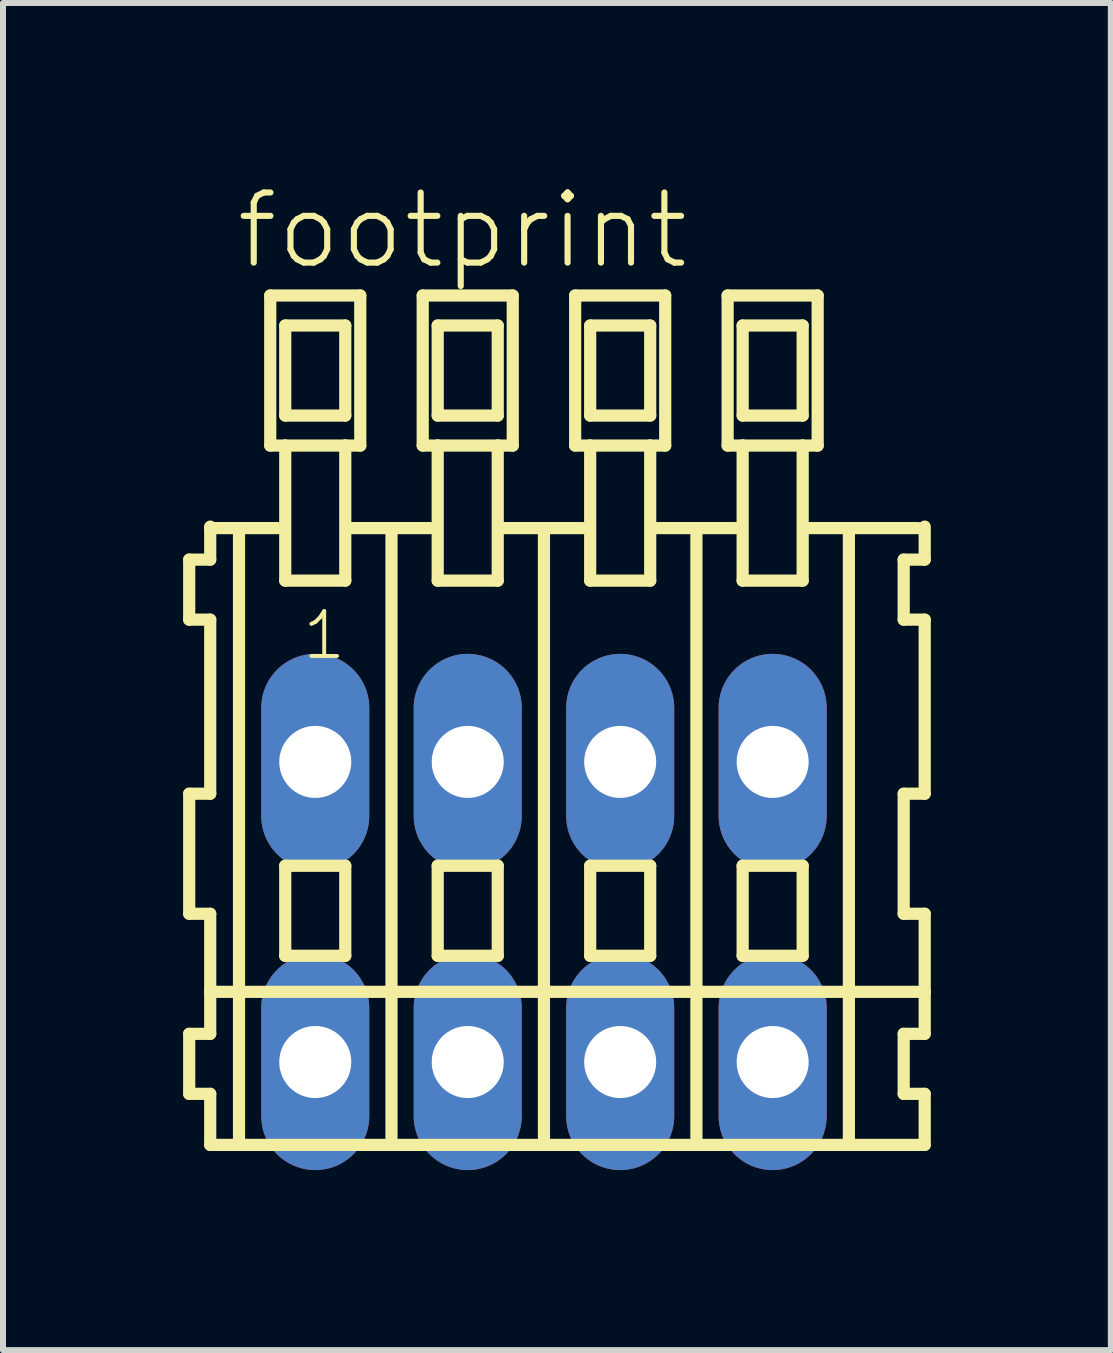
<source format=kicad_pcb>
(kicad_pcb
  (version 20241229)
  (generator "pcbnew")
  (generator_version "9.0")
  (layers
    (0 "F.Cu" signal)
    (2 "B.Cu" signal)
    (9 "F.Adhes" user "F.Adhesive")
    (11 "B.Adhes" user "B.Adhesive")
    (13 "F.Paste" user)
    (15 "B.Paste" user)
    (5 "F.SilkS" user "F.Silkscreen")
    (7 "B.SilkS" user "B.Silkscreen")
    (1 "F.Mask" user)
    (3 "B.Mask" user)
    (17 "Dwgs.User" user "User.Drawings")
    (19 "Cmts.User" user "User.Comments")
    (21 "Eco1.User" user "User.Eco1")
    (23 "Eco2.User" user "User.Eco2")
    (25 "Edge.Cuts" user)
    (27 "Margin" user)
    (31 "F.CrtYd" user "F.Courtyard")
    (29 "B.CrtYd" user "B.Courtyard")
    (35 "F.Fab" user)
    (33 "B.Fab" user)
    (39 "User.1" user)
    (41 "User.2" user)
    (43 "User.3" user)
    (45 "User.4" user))
  (footprint "footprint"
    (layer "F.Cu")
    (at 6.012 12.143)
    (property "Reference" "footprint" (at -5.18 -10.67 0) (layer "F.SilkS") (effects (font (size 1.168 1.168) (thickness 0.102)) (justify left bottom)))
    (fp_line (start -5.91 -5.87) (end -5.91 -4.87) (stroke (width 0.203) (type solid)) (layer "F.SilkS"))
    (fp_line (start -5.91 -4.87) (end -5.56 -4.87) (stroke (width 0.203) (type solid)) (layer "F.SilkS"))
    (fp_line (start -5.91 -1.97) (end -5.91 0.03) (stroke (width 0.203) (type solid)) (layer "F.SilkS"))
    (fp_line (start -5.91 0.03) (end -5.56 0.03) (stroke (width 0.203) (type solid)) (layer "F.SilkS"))
    (fp_line (start -5.91 2.03) (end -5.91 3.03) (stroke (width 0.203) (type solid)) (layer "F.SilkS"))
    (fp_line (start -5.91 3.03) (end -5.56 3.03) (stroke (width 0.203) (type solid)) (layer "F.SilkS"))
    (fp_line (start -5.56 -6.42) (end -5.56 -6.395) (stroke (width 0.203) (type solid)) (layer "F.SilkS"))
    (fp_line (start -5.56 -6.395) (end -5.56 -5.87) (stroke (width 0.203) (type solid)) (layer "F.SilkS"))
    (fp_line (start -5.56 -6.395) (end -4.435 -6.395) (stroke (width 0.203) (type solid)) (layer "F.SilkS"))
    (fp_line (start -5.56 -5.87) (end -5.91 -5.87) (stroke (width 0.203) (type solid)) (layer "F.SilkS"))
    (fp_line (start -5.56 -4.87) (end -5.56 -1.97) (stroke (width 0.203) (type solid)) (layer "F.SilkS"))
    (fp_line (start -5.56 -1.97) (end -5.91 -1.97) (stroke (width 0.203) (type solid)) (layer "F.SilkS"))
    (fp_line (start -5.56 0.03) (end -5.56 1.33) (stroke (width 0.203) (type solid)) (layer "F.SilkS"))
    (fp_line (start -5.56 1.33) (end -5.56 2.03) (stroke (width 0.203) (type solid)) (layer "F.SilkS"))
    (fp_line (start -5.56 1.33) (end 6.343 1.33) (stroke (width 0.203) (type solid)) (layer "F.SilkS"))
    (fp_line (start -5.56 2.03) (end -5.91 2.03) (stroke (width 0.203) (type solid)) (layer "F.SilkS"))
    (fp_line (start -5.56 3.03) (end -5.56 3.88) (stroke (width 0.203) (type solid)) (layer "F.SilkS"))
    (fp_line (start -5.56 3.88) (end 6.343 3.88) (stroke (width 0.203) (type solid)) (layer "F.SilkS"))
    (fp_line (start -5.08 3.83) (end -5.08 -6.33) (stroke (width 0.203) (type solid)) (layer "F.SilkS"))
    (fp_line (start -4.56 -10.27) (end -4.56 -7.77) (stroke (width 0.203) (type solid)) (layer "F.SilkS"))
    (fp_line (start -4.56 -7.77) (end -4.31 -7.77) (stroke (width 0.203) (type solid)) (layer "F.SilkS"))
    (fp_line (start -4.31 -9.77) (end -4.31 -8.27) (stroke (width 0.203) (type solid)) (layer "F.SilkS"))
    (fp_line (start -4.31 -8.27) (end -3.31 -8.27) (stroke (width 0.203) (type solid)) (layer "F.SilkS"))
    (fp_line (start -4.31 -7.77) (end -4.31 -5.52) (stroke (width 0.203) (type solid)) (layer "F.SilkS"))
    (fp_line (start -4.31 -7.77) (end -3.31 -7.77) (stroke (width 0.203) (type solid)) (layer "F.SilkS"))
    (fp_line (start -4.31 -5.52) (end -3.31 -5.52) (stroke (width 0.203) (type solid)) (layer "F.SilkS"))
    (fp_line (start -4.31 -0.77) (end -4.31 0.73) (stroke (width 0.203) (type solid)) (layer "F.SilkS"))
    (fp_line (start -4.31 0.73) (end -3.31 0.73) (stroke (width 0.203) (type solid)) (layer "F.SilkS"))
    (fp_line (start -3.31 -9.77) (end -4.31 -9.77) (stroke (width 0.203) (type solid)) (layer "F.SilkS"))
    (fp_line (start -3.31 -8.27) (end -3.31 -9.77) (stroke (width 0.203) (type solid)) (layer "F.SilkS"))
    (fp_line (start -3.31 -7.77) (end -3.06 -7.77) (stroke (width 0.203) (type solid)) (layer "F.SilkS"))
    (fp_line (start -3.31 -5.52) (end -3.31 -7.77) (stroke (width 0.203) (type solid)) (layer "F.SilkS"))
    (fp_line (start -3.31 -0.77) (end -4.31 -0.77) (stroke (width 0.203) (type solid)) (layer "F.SilkS"))
    (fp_line (start -3.31 0.73) (end -3.31 -0.77) (stroke (width 0.203) (type solid)) (layer "F.SilkS"))
    (fp_line (start -3.274 -6.395) (end -1.895 -6.395) (stroke (width 0.203) (type solid)) (layer "F.SilkS"))
    (fp_line (start -3.06 -10.27) (end -4.56 -10.27) (stroke (width 0.203) (type solid)) (layer "F.SilkS"))
    (fp_line (start -3.06 -7.77) (end -3.06 -10.27) (stroke (width 0.203) (type solid)) (layer "F.SilkS"))
    (fp_line (start -2.54 3.83) (end -2.54 -6.33) (stroke (width 0.203) (type solid)) (layer "F.SilkS"))
    (fp_line (start -2.02 -10.27) (end -2.02 -7.77) (stroke (width 0.203) (type solid)) (layer "F.SilkS"))
    (fp_line (start -2.02 -7.77) (end -1.77 -7.77) (stroke (width 0.203) (type solid)) (layer "F.SilkS"))
    (fp_line (start -1.77 -9.77) (end -1.77 -8.27) (stroke (width 0.203) (type solid)) (layer "F.SilkS"))
    (fp_line (start -1.77 -8.27) (end -0.77 -8.27) (stroke (width 0.203) (type solid)) (layer "F.SilkS"))
    (fp_line (start -1.77 -7.77) (end -1.77 -5.52) (stroke (width 0.203) (type solid)) (layer "F.SilkS"))
    (fp_line (start -1.77 -7.77) (end -0.77 -7.77) (stroke (width 0.203) (type solid)) (layer "F.SilkS"))
    (fp_line (start -1.77 -5.52) (end -0.77 -5.52) (stroke (width 0.203) (type solid)) (layer "F.SilkS"))
    (fp_line (start -1.77 -0.77) (end -1.77 0.73) (stroke (width 0.203) (type solid)) (layer "F.SilkS"))
    (fp_line (start -1.77 0.73) (end -0.77 0.73) (stroke (width 0.203) (type solid)) (layer "F.SilkS"))
    (fp_line (start -0.77 -9.77) (end -1.77 -9.77) (stroke (width 0.203) (type solid)) (layer "F.SilkS"))
    (fp_line (start -0.77 -8.27) (end -0.77 -9.77) (stroke (width 0.203) (type solid)) (layer "F.SilkS"))
    (fp_line (start -0.77 -7.77) (end -0.52 -7.77) (stroke (width 0.203) (type solid)) (layer "F.SilkS"))
    (fp_line (start -0.77 -5.52) (end -0.77 -7.77) (stroke (width 0.203) (type solid)) (layer "F.SilkS"))
    (fp_line (start -0.77 -0.77) (end -1.77 -0.77) (stroke (width 0.203) (type solid)) (layer "F.SilkS"))
    (fp_line (start -0.77 0.73) (end -0.77 -0.77) (stroke (width 0.203) (type solid)) (layer "F.SilkS"))
    (fp_line (start -0.734 -6.395) (end 0.645 -6.395) (stroke (width 0.203) (type solid)) (layer "F.SilkS"))
    (fp_line (start -0.52 -10.27) (end -2.02 -10.27) (stroke (width 0.203) (type solid)) (layer "F.SilkS"))
    (fp_line (start -0.52 -7.77) (end -0.52 -10.27) (stroke (width 0.203) (type solid)) (layer "F.SilkS"))
    (fp_line (start 0 3.83) (end 0 -6.33) (stroke (width 0.203) (type solid)) (layer "F.SilkS"))
    (fp_line (start 0.52 -10.27) (end 0.52 -7.77) (stroke (width 0.203) (type solid)) (layer "F.SilkS"))
    (fp_line (start 0.52 -7.77) (end 0.77 -7.77) (stroke (width 0.203) (type solid)) (layer "F.SilkS"))
    (fp_line (start 0.77 -9.77) (end 0.77 -8.27) (stroke (width 0.203) (type solid)) (layer "F.SilkS"))
    (fp_line (start 0.77 -8.27) (end 1.77 -8.27) (stroke (width 0.203) (type solid)) (layer "F.SilkS"))
    (fp_line (start 0.77 -7.77) (end 0.77 -5.52) (stroke (width 0.203) (type solid)) (layer "F.SilkS"))
    (fp_line (start 0.77 -7.77) (end 1.77 -7.77) (stroke (width 0.203) (type solid)) (layer "F.SilkS"))
    (fp_line (start 0.77 -5.52) (end 1.77 -5.52) (stroke (width 0.203) (type solid)) (layer "F.SilkS"))
    (fp_line (start 0.77 -0.77) (end 0.77 0.73) (stroke (width 0.203) (type solid)) (layer "F.SilkS"))
    (fp_line (start 0.77 0.73) (end 1.77 0.73) (stroke (width 0.203) (type solid)) (layer "F.SilkS"))
    (fp_line (start 1.77 -9.77) (end 0.77 -9.77) (stroke (width 0.203) (type solid)) (layer "F.SilkS"))
    (fp_line (start 1.77 -8.27) (end 1.77 -9.77) (stroke (width 0.203) (type solid)) (layer "F.SilkS"))
    (fp_line (start 1.77 -7.77) (end 2.02 -7.77) (stroke (width 0.203) (type solid)) (layer "F.SilkS"))
    (fp_line (start 1.77 -5.52) (end 1.77 -7.77) (stroke (width 0.203) (type solid)) (layer "F.SilkS"))
    (fp_line (start 1.77 -0.77) (end 0.77 -0.77) (stroke (width 0.203) (type solid)) (layer "F.SilkS"))
    (fp_line (start 1.77 0.73) (end 1.77 -0.77) (stroke (width 0.203) (type solid)) (layer "F.SilkS"))
    (fp_line (start 1.806 -6.395) (end 3.185 -6.395) (stroke (width 0.203) (type solid)) (layer "F.SilkS"))
    (fp_line (start 2.02 -10.27) (end 0.52 -10.27) (stroke (width 0.203) (type solid)) (layer "F.SilkS"))
    (fp_line (start 2.02 -7.77) (end 2.02 -10.27) (stroke (width 0.203) (type solid)) (layer "F.SilkS"))
    (fp_line (start 2.54 3.83) (end 2.54 -6.33) (stroke (width 0.203) (type solid)) (layer "F.SilkS"))
    (fp_line (start 3.06 -10.27) (end 3.06 -7.77) (stroke (width 0.203) (type solid)) (layer "F.SilkS"))
    (fp_line (start 3.06 -7.77) (end 3.31 -7.77) (stroke (width 0.203) (type solid)) (layer "F.SilkS"))
    (fp_line (start 3.31 -9.77) (end 3.31 -8.27) (stroke (width 0.203) (type solid)) (layer "F.SilkS"))
    (fp_line (start 3.31 -8.27) (end 4.31 -8.27) (stroke (width 0.203) (type solid)) (layer "F.SilkS"))
    (fp_line (start 3.31 -7.77) (end 3.31 -5.52) (stroke (width 0.203) (type solid)) (layer "F.SilkS"))
    (fp_line (start 3.31 -7.77) (end 4.31 -7.77) (stroke (width 0.203) (type solid)) (layer "F.SilkS"))
    (fp_line (start 3.31 -5.52) (end 4.31 -5.52) (stroke (width 0.203) (type solid)) (layer "F.SilkS"))
    (fp_line (start 3.31 -0.77) (end 3.31 0.73) (stroke (width 0.203) (type solid)) (layer "F.SilkS"))
    (fp_line (start 3.31 0.73) (end 4.31 0.73) (stroke (width 0.203) (type solid)) (layer "F.SilkS"))
    (fp_line (start 4.31 -9.77) (end 3.31 -9.77) (stroke (width 0.203) (type solid)) (layer "F.SilkS"))
    (fp_line (start 4.31 -8.27) (end 4.31 -9.77) (stroke (width 0.203) (type solid)) (layer "F.SilkS"))
    (fp_line (start 4.31 -7.77) (end 4.56 -7.77) (stroke (width 0.203) (type solid)) (layer "F.SilkS"))
    (fp_line (start 4.31 -5.52) (end 4.31 -7.77) (stroke (width 0.203) (type solid)) (layer "F.SilkS"))
    (fp_line (start 4.31 -0.77) (end 3.31 -0.77) (stroke (width 0.203) (type solid)) (layer "F.SilkS"))
    (fp_line (start 4.31 0.73) (end 4.31 -0.77) (stroke (width 0.203) (type solid)) (layer "F.SilkS"))
    (fp_line (start 4.346 -6.395) (end 6.233 -6.395) (stroke (width 0.203) (type solid)) (layer "F.SilkS"))
    (fp_line (start 4.56 -10.27) (end 3.06 -10.27) (stroke (width 0.203) (type solid)) (layer "F.SilkS"))
    (fp_line (start 4.56 -7.77) (end 4.56 -10.27) (stroke (width 0.203) (type solid)) (layer "F.SilkS"))
    (fp_line (start 5.08 3.83) (end 5.08 -6.33) (stroke (width 0.203) (type solid)) (layer "F.SilkS"))
    (fp_line (start 5.993 -5.87) (end 5.993 -4.87) (stroke (width 0.203) (type solid)) (layer "F.SilkS"))
    (fp_line (start 5.993 -4.87) (end 6.343 -4.87) (stroke (width 0.203) (type solid)) (layer "F.SilkS"))
    (fp_line (start 5.993 -1.97) (end 5.993 0.03) (stroke (width 0.203) (type solid)) (layer "F.SilkS"))
    (fp_line (start 5.993 0.03) (end 6.343 0.03) (stroke (width 0.203) (type solid)) (layer "F.SilkS"))
    (fp_line (start 5.993 2.03) (end 5.993 3.03) (stroke (width 0.203) (type solid)) (layer "F.SilkS"))
    (fp_line (start 5.993 3.03) (end 6.343 3.03) (stroke (width 0.203) (type solid)) (layer "F.SilkS"))
    (fp_line (start 6.343 -5.87) (end 5.993 -5.87) (stroke (width 0.203) (type solid)) (layer "F.SilkS"))
    (fp_line (start 6.343 -5.87) (end 6.343 -6.42) (stroke (width 0.203) (type solid)) (layer "F.SilkS"))
    (fp_line (start 6.343 -1.97) (end 5.993 -1.97) (stroke (width 0.203) (type solid)) (layer "F.SilkS"))
    (fp_line (start 6.343 -1.97) (end 6.343 -4.87) (stroke (width 0.203) (type solid)) (layer "F.SilkS"))
    (fp_line (start 6.343 1.33) (end 6.343 0.03) (stroke (width 0.203) (type solid)) (layer "F.SilkS"))
    (fp_line (start 6.343 2.03) (end 5.993 2.03) (stroke (width 0.203) (type solid)) (layer "F.SilkS"))
    (fp_line (start 6.343 2.03) (end 6.343 1.33) (stroke (width 0.203) (type solid)) (layer "F.SilkS"))
    (fp_line (start 6.343 3.88) (end 6.343 3.03) (stroke (width 0.203) (type solid)) (layer "F.SilkS"))
    (fp_text user "1" (at -4.06 -4.17 0) (layer "F.SilkS") (effects (font (size 0.748 0.748) (thickness 0.065)) (justify left bottom)))
    (pad "A1" thru_hole oval (at -3.81 -2.5 90) (size 3.6 1.8) (drill 1.2) (layers "*.Cu" "*.Mask"))
    (pad "A2" thru_hole oval (at -1.27 -2.5 90) (size 3.6 1.8) (drill 1.2) (layers "*.Cu" "*.Mask"))
    (pad "A3" thru_hole oval (at 1.27 -2.5 90) (size 3.6 1.8) (drill 1.2) (layers "*.Cu" "*.Mask"))
    (pad "A4" thru_hole oval (at 3.81 -2.5 90) (size 3.6 1.8) (drill 1.2) (layers "*.Cu" "*.Mask"))
    (pad "B1" thru_hole oval (at -3.81 2.5 90) (size 3.6 1.8) (drill 1.2) (layers "*.Cu" "*.Mask"))
    (pad "B2" thru_hole oval (at -1.27 2.5 90) (size 3.6 1.8) (drill 1.2) (layers "*.Cu" "*.Mask"))
    (pad "B3" thru_hole oval (at 1.27 2.5 90) (size 3.6 1.8) (drill 1.2) (layers "*.Cu" "*.Mask"))
    (pad "B4" thru_hole oval (at 3.81 2.5 90) (size 3.6 1.8) (drill 1.2) (layers "*.Cu" "*.Mask")))
  (gr_rect
    (start -3 -3)
    (end 15.456 19.443)
    (stroke (width 0.1) (type default))
    (fill no)
    (layer "Edge.Cuts")))
</source>
